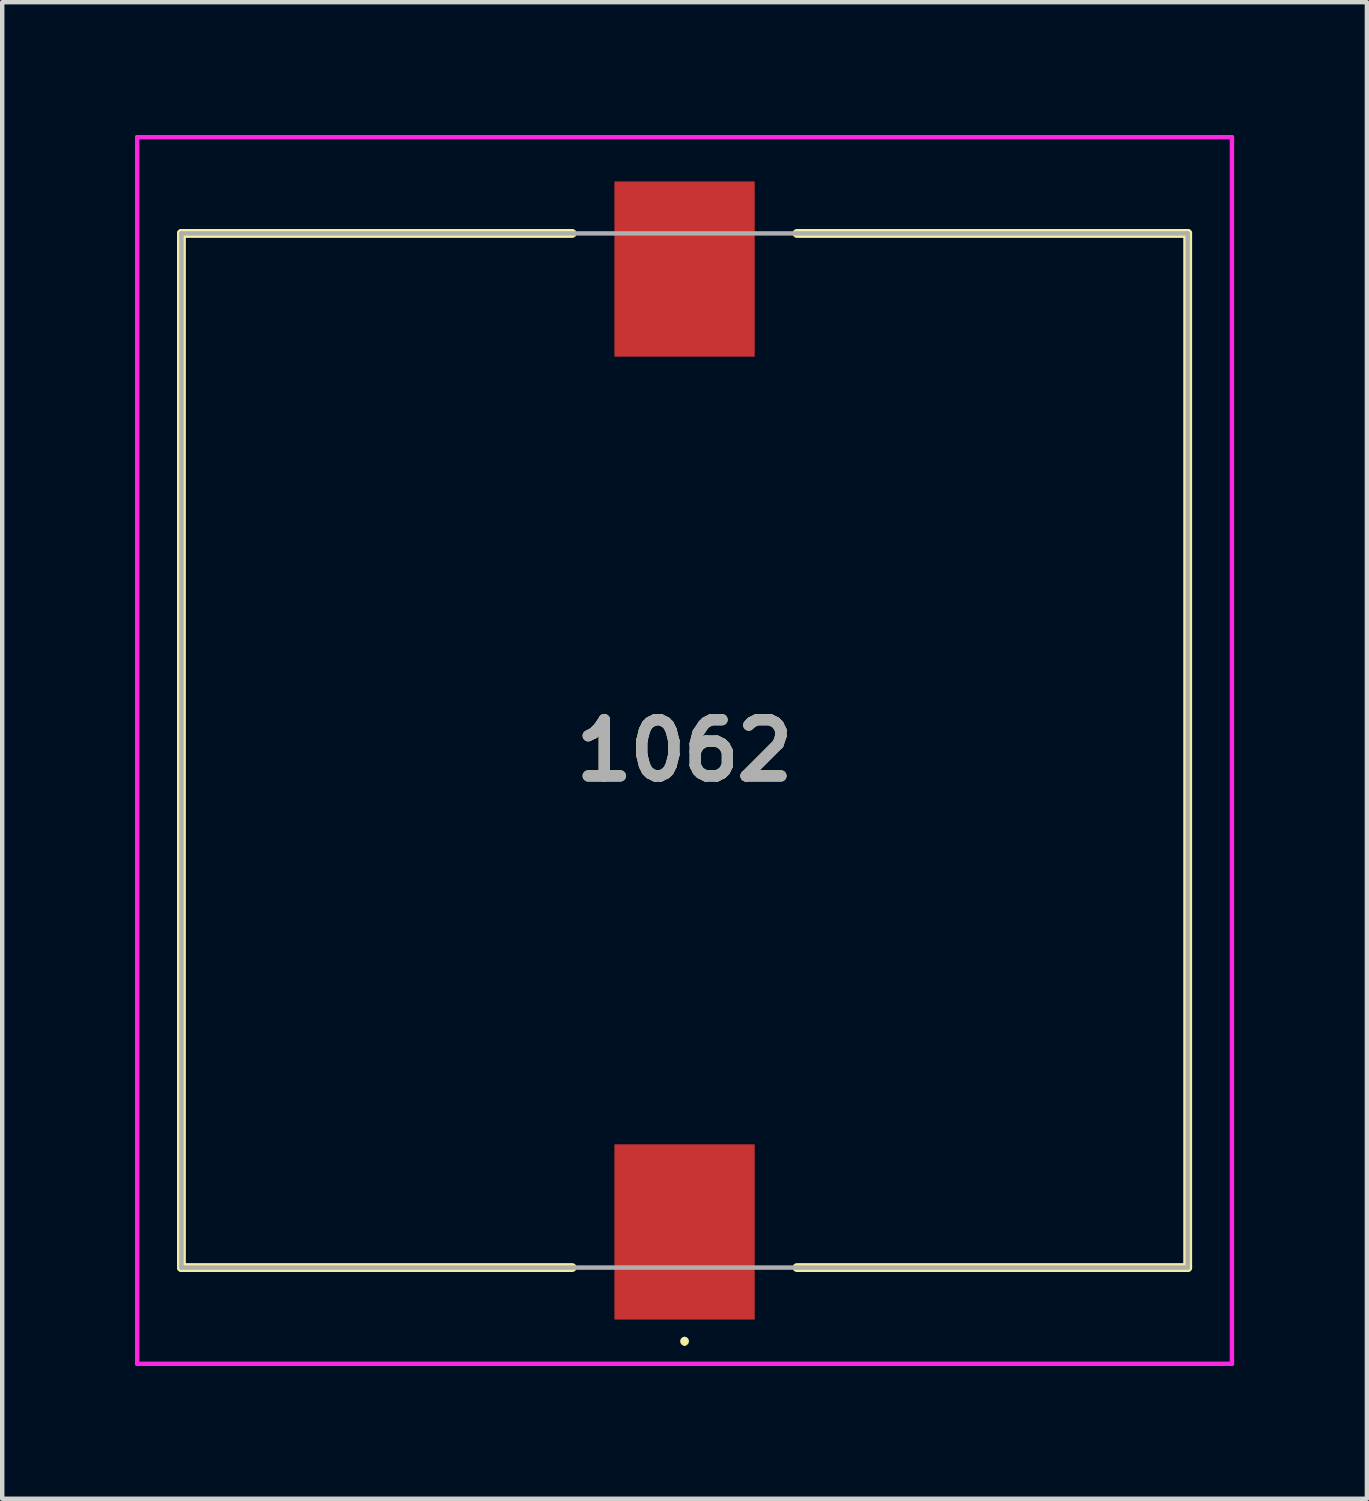
<source format=kicad_pcb>
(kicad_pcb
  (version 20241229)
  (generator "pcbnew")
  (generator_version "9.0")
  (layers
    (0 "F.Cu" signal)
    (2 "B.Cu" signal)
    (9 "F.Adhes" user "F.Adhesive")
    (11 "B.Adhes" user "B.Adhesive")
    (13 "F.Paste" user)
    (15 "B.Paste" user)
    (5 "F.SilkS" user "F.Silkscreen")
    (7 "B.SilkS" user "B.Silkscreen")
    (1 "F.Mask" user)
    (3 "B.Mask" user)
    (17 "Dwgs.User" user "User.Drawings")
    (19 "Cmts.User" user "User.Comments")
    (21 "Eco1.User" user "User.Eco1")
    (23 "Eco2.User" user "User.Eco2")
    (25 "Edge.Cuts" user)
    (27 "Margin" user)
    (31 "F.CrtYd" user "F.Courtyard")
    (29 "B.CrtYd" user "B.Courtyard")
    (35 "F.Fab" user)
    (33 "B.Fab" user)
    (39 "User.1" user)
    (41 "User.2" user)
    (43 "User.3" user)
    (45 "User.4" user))
  (footprint "1062"
    (layer "F.Cu")
    (at 12.42 13.91)
    (property "Reference" "1062" (at 0 0 0) (layer "F.SilkS") (effects (font (size 1.27 1.27) (thickness 0.254))))
    (attr smd)
    (fp_line (start -11.37 -11.685) (end -11.37 11.685) (stroke (width 0.2) (type solid)) (layer "F.SilkS"))
    (fp_line (start -11.37 11.685) (end -2.54 11.685) (stroke (width 0.2) (type solid)) (layer "F.SilkS"))
    (fp_line (start -2.54 -11.685) (end -11.37 -11.685) (stroke (width 0.2) (type solid)) (layer "F.SilkS"))
    (fp_line (start 0 13.3) (end 0 13.3) (stroke (width 0.1) (type solid)) (layer "F.SilkS"))
    (fp_line (start 0 13.4) (end 0 13.4) (stroke (width 0.1) (type solid)) (layer "F.SilkS"))
    (fp_line (start 2.54 11.685) (end 11.37 11.685) (stroke (width 0.2) (type solid)) (layer "F.SilkS"))
    (fp_line (start 11.37 -11.685) (end 2.54 -11.685) (stroke (width 0.2) (type solid)) (layer "F.SilkS"))
    (fp_line (start 11.37 11.685) (end 11.37 -11.685) (stroke (width 0.2) (type solid)) (layer "F.SilkS"))
    (fp_arc (start 0 13.3) (mid 0.05 13.35) (end 0 13.4) (stroke (width 0.1) (type solid)) (layer "F.SilkS"))
    (fp_arc (start 0 13.4) (mid -0.05 13.35) (end 0 13.3) (stroke (width 0.1) (type solid)) (layer "F.SilkS"))
    (fp_line (start -12.37 -13.86) (end 12.37 -13.86) (stroke (width 0.1) (type solid)) (layer "F.CrtYd"))
    (fp_line (start -12.37 13.86) (end -12.37 -13.86) (stroke (width 0.1) (type solid)) (layer "F.CrtYd"))
    (fp_line (start 12.37 -13.86) (end 12.37 13.86) (stroke (width 0.1) (type solid)) (layer "F.CrtYd"))
    (fp_line (start 12.37 13.86) (end -12.37 13.86) (stroke (width 0.1) (type solid)) (layer "F.CrtYd"))
    (fp_line (start -11.37 -11.685) (end 11.37 -11.685) (stroke (width 0.1) (type solid)) (layer "F.Fab"))
    (fp_line (start -11.37 11.685) (end -11.37 -11.685) (stroke (width 0.1) (type solid)) (layer "F.Fab"))
    (fp_line (start 11.37 -11.685) (end 11.37 11.685) (stroke (width 0.1) (type solid)) (layer "F.Fab"))
    (fp_line (start 11.37 11.685) (end -11.37 11.685) (stroke (width 0.1) (type solid)) (layer "F.Fab"))
    (fp_text user "${REFERENCE}" (at 0 0 0) (layer "F.Fab") (effects (font (size 1.27 1.27) (thickness 0.254))))
    (pad "1" smd rect (at 0 10.88) (size 3.17 3.96) (layers "F.Cu" "F.Mask" "F.Paste"))
    (pad "2" smd rect (at 0 -10.88) (size 3.17 3.96) (layers "F.Cu" "F.Mask" "F.Paste")))
  (gr_rect
    (start -3 -3)
    (end 27.84 30.82)
    (stroke (width 0.1) (type default))
    (fill no)
    (layer "Edge.Cuts")))
</source>
